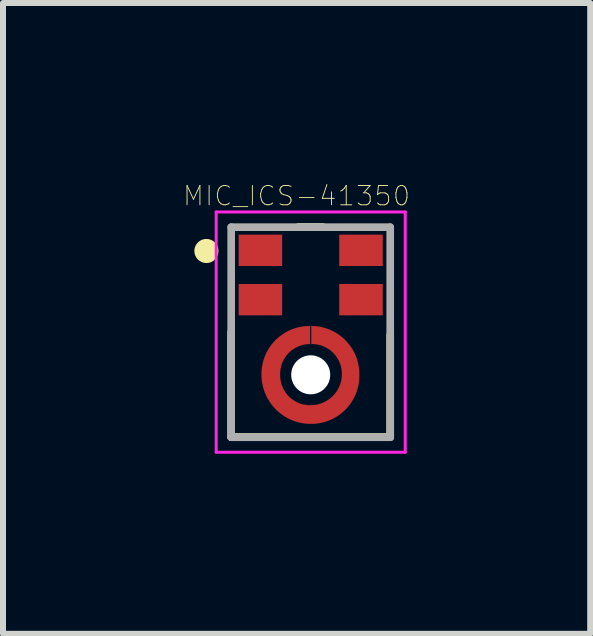
<source format=kicad_pcb>
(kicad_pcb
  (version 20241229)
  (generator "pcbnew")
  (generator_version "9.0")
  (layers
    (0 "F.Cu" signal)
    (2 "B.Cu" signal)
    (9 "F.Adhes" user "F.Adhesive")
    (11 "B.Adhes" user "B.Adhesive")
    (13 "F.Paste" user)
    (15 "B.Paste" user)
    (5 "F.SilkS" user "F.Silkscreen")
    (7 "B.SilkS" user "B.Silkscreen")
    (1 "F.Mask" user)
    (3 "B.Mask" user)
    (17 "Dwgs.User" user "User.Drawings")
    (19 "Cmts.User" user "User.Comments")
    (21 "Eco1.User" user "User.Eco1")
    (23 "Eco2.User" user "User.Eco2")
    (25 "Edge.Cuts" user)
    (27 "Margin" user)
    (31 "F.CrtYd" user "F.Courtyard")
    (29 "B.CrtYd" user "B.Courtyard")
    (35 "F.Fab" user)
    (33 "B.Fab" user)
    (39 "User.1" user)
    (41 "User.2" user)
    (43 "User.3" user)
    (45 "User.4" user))
  (footprint "MIC_ICS-41350"
    (layer "F.Cu")
    (at 2.127 2.482)
    (property "Reference" "MIC_ICS-41350" (at -0.236 -2.268 0) (layer "F.SilkS") (effects (font (size 0.322 0.322) (thickness 0.015))))
    (attr through_hole)
    (fp_poly (pts (xy -0.01 0.2) (xy -0.01 -0.1) (xy -0.02 -0.1) (xy -0.062 -0.099) (xy -0.104 -0.096) (xy -0.145 -0.09) (xy -0.186 -0.083) (xy -0.227 -0.073) (xy -0.267 -0.061) (xy -0.307 -0.047) (xy -0.345 -0.031) (xy -0.383 -0.013) (xy -0.42 0.007) (xy -0.456 0.029) (xy -0.49 0.053) (xy -0.523 0.078) (xy -0.555 0.105) (xy -0.586 0.134) (xy -0.615 0.165) (xy -0.642 0.197) (xy -0.667 0.23) (xy -0.691 0.264) (xy -0.713 0.3) (xy -0.733 0.337) (xy -0.751 0.375) (xy -0.767 0.413) (xy -0.781 0.453) (xy -0.793 0.493) (xy -0.803 0.534) (xy -0.81 0.575) (xy -0.816 0.616) (xy -0.819 0.658) (xy -0.82 0.7) (xy -0.82 0.71) (xy -0.819 0.753) (xy -0.816 0.796) (xy -0.81 0.838) (xy -0.802 0.88) (xy -0.792 0.922) (xy -0.78 0.963) (xy -0.766 1.004) (xy -0.749 1.044) (xy -0.731 1.082) (xy -0.71 1.12) (xy -0.688 1.157) (xy -0.663 1.192) (xy -0.637 1.226) (xy -0.609 1.259) (xy -0.58 1.29) (xy -0.549 1.319) (xy -0.516 1.347) (xy -0.482 1.373) (xy -0.447 1.398) (xy -0.41 1.42) (xy -0.372 1.441) (xy -0.334 1.459) (xy -0.294 1.476) (xy -0.253 1.49) (xy -0.212 1.502) (xy -0.17 1.512) (xy -0.128 1.52) (xy -0.086 1.526) (xy -0.043 1.529) (xy 0 1.53) (xy 0.01 1.53) (xy 0.052 1.529) (xy 0.094 1.526) (xy 0.135 1.52) (xy 0.176 1.513) (xy 0.217 1.503) (xy 0.257 1.491) (xy 0.297 1.477) (xy 0.335 1.461) (xy 0.373 1.443) (xy 0.41 1.423) (xy 0.446 1.401) (xy 0.48 1.377) (xy 0.513 1.352) (xy 0.545 1.325) (xy 0.576 1.296) (xy 0.605 1.265) (xy 0.632 1.233) (xy 0.657 1.2) (xy 0.681 1.166) (xy 0.703 1.13) (xy 0.723 1.093) (xy 0.741 1.055) (xy 0.757 1.017) (xy 0.771 0.977) (xy 0.783 0.937) (xy 0.793 0.896) (xy 0.8 0.855) (xy 0.806 0.814) (xy 0.809 0.772) (xy 0.81 0.73) (xy 0.81 0.7) (xy 0.809 0.658) (xy 0.806 0.616) (xy 0.8 0.575) (xy 0.793 0.534) (xy 0.783 0.493) (xy 0.771 0.453) (xy 0.757 0.413) (xy 0.741 0.375) (xy 0.723 0.337) (xy 0.703 0.3) (xy 0.681 0.264) (xy 0.657 0.23) (xy 0.632 0.197) (xy 0.605 0.165) (xy 0.576 0.134) (xy 0.545 0.105) (xy 0.513 0.078) (xy 0.48 0.053) (xy 0.446 0.029) (xy 0.41 0.007) (xy 0.373 -0.013) (xy 0.335 -0.031) (xy 0.297 -0.047) (xy 0.257 -0.061) (xy 0.217 -0.073) (xy 0.176 -0.083) (xy 0.135 -0.09) (xy 0.094 -0.096) (xy 0.052 -0.099) (xy 0.01 -0.1) (xy 0.01 0.2) (xy 0.02 0.2) (xy 0.046 0.201) (xy 0.072 0.203) (xy 0.098 0.206) (xy 0.124 0.211) (xy 0.149 0.217) (xy 0.175 0.224) (xy 0.199 0.233) (xy 0.223 0.243) (xy 0.247 0.254) (xy 0.27 0.267) (xy 0.292 0.281) (xy 0.314 0.295) (xy 0.335 0.311) (xy 0.355 0.328) (xy 0.374 0.346) (xy 0.392 0.365) (xy 0.409 0.385) (xy 0.425 0.406) (xy 0.439 0.428) (xy 0.453 0.45) (xy 0.466 0.473) (xy 0.477 0.497) (xy 0.487 0.521) (xy 0.496 0.545) (xy 0.503 0.571) (xy 0.509 0.596) (xy 0.514 0.622) (xy 0.517 0.648) (xy 0.519 0.674) (xy 0.52 0.7) (xy 0.519 0.727) (xy 0.517 0.754) (xy 0.514 0.781) (xy 0.509 0.808) (xy 0.502 0.835) (xy 0.495 0.861) (xy 0.485 0.886) (xy 0.475 0.912) (xy 0.463 0.936) (xy 0.45 0.96) (xy 0.436 0.983) (xy 0.421 1.006) (xy 0.404 1.027) (xy 0.386 1.048) (xy 0.368 1.068) (xy 0.348 1.086) (xy 0.327 1.104) (xy 0.306 1.121) (xy 0.283 1.136) (xy 0.26 1.15) (xy 0.236 1.163) (xy 0.212 1.175) (xy 0.186 1.185) (xy 0.161 1.195) (xy 0.135 1.202) (xy 0.108 1.209) (xy 0.081 1.214) (xy 0.054 1.217) (xy 0.027 1.219) (xy 0 1.22) (xy -0.01 1.22) (xy -0.036 1.219) (xy -0.062 1.217) (xy -0.088 1.214) (xy -0.114 1.209) (xy -0.139 1.203) (xy -0.165 1.196) (xy -0.189 1.187) (xy -0.213 1.177) (xy -0.237 1.166) (xy -0.26 1.153) (xy -0.282 1.139) (xy -0.304 1.125) (xy -0.325 1.109) (xy -0.345 1.092) (xy -0.364 1.074) (xy -0.382 1.055) (xy -0.399 1.035) (xy -0.415 1.014) (xy -0.429 0.992) (xy -0.443 0.97) (xy -0.456 0.947) (xy -0.467 0.923) (xy -0.477 0.899) (xy -0.486 0.875) (xy -0.493 0.849) (xy -0.499 0.824) (xy -0.504 0.798) (xy -0.507 0.772) (xy -0.509 0.746) (xy -0.51 0.72) (xy -0.51 0.7) (xy -0.509 0.674) (xy -0.507 0.648) (xy -0.504 0.622) (xy -0.499 0.596) (xy -0.493 0.571) (xy -0.486 0.545) (xy -0.477 0.521) (xy -0.467 0.497) (xy -0.456 0.473) (xy -0.443 0.45) (xy -0.429 0.428) (xy -0.415 0.406) (xy -0.399 0.385) (xy -0.382 0.365) (xy -0.364 0.346) (xy -0.345 0.328) (xy -0.325 0.311) (xy -0.304 0.295) (xy -0.282 0.281) (xy -0.26 0.267) (xy -0.237 0.254) (xy -0.213 0.243) (xy -0.189 0.233) (xy -0.165 0.224) (xy -0.139 0.217) (xy -0.114 0.211) (xy -0.088 0.206) (xy -0.062 0.203) (xy -0.036 0.201) (xy -0.01 0.2)) (stroke (width 0.001) (type solid)) (fill yes) (layer "F.Cu"))
    (fp_circle (center 0 0.713) (end 0.662 0.713) (stroke (width 0.5) (type solid)) (fill no) (layer "F.Mask"))
    (fp_line (start -1.325 1.75) (end -1.325 0) (stroke (width 0.127) (type solid)) (layer "F.SilkS"))
    (fp_line (start -1.325 1.75) (end 1.325 1.75) (stroke (width 0.127) (type solid)) (layer "F.SilkS"))
    (fp_line (start 0.2 -1.75) (end -0.2 -1.75) (stroke (width 0.127) (type solid)) (layer "F.SilkS"))
    (fp_line (start 1.325 1.75) (end 1.325 0.05) (stroke (width 0.127) (type solid)) (layer "F.SilkS"))
    (fp_circle (center -1.738 -1.35) (end -1.637 -1.35) (stroke (width 0.2) (type solid)) (fill no) (layer "F.SilkS"))
    (fp_poly (pts (xy -0.525 -1.572) (xy -0.525 -1.15) (xy -1.15 -1.15) (xy -1.15 -1.572)) (stroke (width 0.001) (type solid)) (fill yes) (layer "F.Paste"))
    (fp_poly (pts (xy -0.525 -0.75) (xy -0.525 -0.328) (xy -1.15 -0.328) (xy -1.15 -0.75)) (stroke (width 0.001) (type solid)) (fill yes) (layer "F.Paste"))
    (fp_poly (pts (xy 1.15 -1.572) (xy 1.15 -1.15) (xy 0.525 -1.15) (xy 0.525 -1.572)) (stroke (width 0.001) (type solid)) (fill yes) (layer "F.Paste"))
    (fp_poly (pts (xy 1.15 -0.75) (xy 1.15 -0.328) (xy 0.525 -0.328) (xy 0.525 -0.75)) (stroke (width 0.001) (type solid)) (fill yes) (layer "F.Paste"))
    (fp_poly (pts (xy -0.56 0.663) (xy -0.557 0.639) (xy -0.553 0.614) (xy -0.548 0.588) (xy -0.541 0.562) (xy -0.534 0.537) (xy -0.525 0.513) (xy -0.515 0.488) (xy -0.504 0.465) (xy -0.492 0.441) (xy -0.478 0.419) (xy -0.464 0.397) (xy -0.449 0.375) (xy -0.432 0.355) (xy -0.415 0.335) (xy -0.397 0.316) (xy -0.378 0.298) (xy -0.358 0.281) (xy -0.338 0.264) (xy -0.316 0.249) (xy -0.294 0.235) (xy -0.272 0.221) (xy -0.248 0.209) (xy -0.225 0.198) (xy -0.2 0.188) (xy -0.176 0.179) (xy -0.151 0.172) (xy -0.125 0.165) (xy -0.099 0.16) (xy -0.073 0.156) (xy -0.05 0.153) (xy -0.05 -0.097) (xy -0.089 -0.094) (xy -0.127 -0.089) (xy -0.166 -0.082) (xy -0.204 -0.074) (xy -0.242 -0.063) (xy -0.28 -0.051) (xy -0.316 -0.036) (xy -0.352 -0.02) (xy -0.387 -0.003) (xy -0.421 0.017) (xy -0.454 0.038) (xy -0.487 0.06) (xy -0.518 0.085) (xy -0.547 0.11) (xy -0.576 0.137) (xy -0.603 0.166) (xy -0.628 0.195) (xy -0.653 0.226) (xy -0.675 0.259) (xy -0.696 0.292) (xy -0.716 0.326) (xy -0.733 0.361) (xy -0.749 0.397) (xy -0.764 0.433) (xy -0.776 0.471) (xy -0.787 0.509) (xy -0.795 0.547) (xy -0.802 0.586) (xy -0.807 0.624) (xy -0.81 0.663) (xy -0.56 0.663)) (stroke (width 0.001) (type solid)) (fill yes) (layer "F.Paste"))
    (fp_poly (pts (xy -0.05 1.273) (xy -0.073 1.27) (xy -0.099 1.266) (xy -0.125 1.261) (xy -0.151 1.254) (xy -0.176 1.247) (xy -0.2 1.238) (xy -0.225 1.228) (xy -0.248 1.217) (xy -0.272 1.205) (xy -0.294 1.191) (xy -0.316 1.177) (xy -0.338 1.162) (xy -0.358 1.145) (xy -0.378 1.128) (xy -0.397 1.11) (xy -0.415 1.091) (xy -0.432 1.071) (xy -0.449 1.051) (xy -0.464 1.029) (xy -0.478 1.007) (xy -0.492 0.985) (xy -0.504 0.961) (xy -0.515 0.938) (xy -0.525 0.913) (xy -0.534 0.889) (xy -0.541 0.864) (xy -0.548 0.838) (xy -0.553 0.812) (xy -0.557 0.786) (xy -0.56 0.763) (xy -0.81 0.763) (xy -0.807 0.802) (xy -0.802 0.84) (xy -0.795 0.879) (xy -0.787 0.917) (xy -0.776 0.955) (xy -0.764 0.993) (xy -0.749 1.029) (xy -0.733 1.065) (xy -0.716 1.1) (xy -0.696 1.134) (xy -0.675 1.167) (xy -0.653 1.2) (xy -0.628 1.231) (xy -0.603 1.26) (xy -0.576 1.289) (xy -0.547 1.316) (xy -0.518 1.341) (xy -0.487 1.366) (xy -0.454 1.388) (xy -0.421 1.409) (xy -0.387 1.429) (xy -0.352 1.446) (xy -0.316 1.462) (xy -0.28 1.477) (xy -0.242 1.489) (xy -0.204 1.5) (xy -0.166 1.508) (xy -0.127 1.515) (xy -0.089 1.52) (xy -0.05 1.523) (xy -0.05 1.273)) (stroke (width 0.001) (type solid)) (fill yes) (layer "F.Paste"))
    (fp_poly (pts (xy 0.05 0.153) (xy 0.073 0.156) (xy 0.099 0.16) (xy 0.125 0.165) (xy 0.151 0.172) (xy 0.176 0.179) (xy 0.2 0.188) (xy 0.225 0.198) (xy 0.248 0.209) (xy 0.272 0.221) (xy 0.294 0.235) (xy 0.316 0.249) (xy 0.338 0.264) (xy 0.358 0.281) (xy 0.378 0.298) (xy 0.397 0.316) (xy 0.415 0.335) (xy 0.432 0.355) (xy 0.449 0.375) (xy 0.464 0.397) (xy 0.478 0.419) (xy 0.492 0.441) (xy 0.504 0.465) (xy 0.515 0.488) (xy 0.525 0.513) (xy 0.534 0.537) (xy 0.541 0.562) (xy 0.548 0.588) (xy 0.553 0.614) (xy 0.557 0.639) (xy 0.56 0.663) (xy 0.81 0.663) (xy 0.807 0.624) (xy 0.802 0.586) (xy 0.795 0.547) (xy 0.787 0.509) (xy 0.776 0.471) (xy 0.764 0.433) (xy 0.749 0.397) (xy 0.733 0.361) (xy 0.716 0.326) (xy 0.696 0.292) (xy 0.675 0.259) (xy 0.653 0.226) (xy 0.628 0.195) (xy 0.603 0.166) (xy 0.576 0.137) (xy 0.547 0.11) (xy 0.518 0.085) (xy 0.487 0.06) (xy 0.454 0.038) (xy 0.421 0.017) (xy 0.387 -0.003) (xy 0.352 -0.02) (xy 0.316 -0.036) (xy 0.28 -0.051) (xy 0.242 -0.063) (xy 0.204 -0.074) (xy 0.166 -0.082) (xy 0.127 -0.089) (xy 0.089 -0.094) (xy 0.05 -0.097) (xy 0.05 0.153)) (stroke (width 0.001) (type solid)) (fill yes) (layer "F.Paste"))
    (fp_poly (pts (xy 0.56 0.763) (xy 0.557 0.786) (xy 0.553 0.812) (xy 0.548 0.838) (xy 0.541 0.864) (xy 0.534 0.889) (xy 0.525 0.913) (xy 0.515 0.938) (xy 0.504 0.961) (xy 0.492 0.985) (xy 0.478 1.007) (xy 0.464 1.029) (xy 0.449 1.051) (xy 0.432 1.071) (xy 0.415 1.091) (xy 0.397 1.11) (xy 0.378 1.128) (xy 0.358 1.145) (xy 0.338 1.162) (xy 0.316 1.177) (xy 0.294 1.191) (xy 0.272 1.205) (xy 0.248 1.217) (xy 0.225 1.228) (xy 0.2 1.238) (xy 0.176 1.247) (xy 0.151 1.254) (xy 0.125 1.261) (xy 0.099 1.266) (xy 0.073 1.27) (xy 0.05 1.273) (xy 0.05 1.523) (xy 0.089 1.52) (xy 0.127 1.515) (xy 0.166 1.508) (xy 0.204 1.5) (xy 0.242 1.489) (xy 0.28 1.477) (xy 0.316 1.462) (xy 0.352 1.446) (xy 0.387 1.429) (xy 0.421 1.409) (xy 0.454 1.388) (xy 0.487 1.366) (xy 0.518 1.341) (xy 0.547 1.316) (xy 0.576 1.289) (xy 0.603 1.26) (xy 0.628 1.231) (xy 0.653 1.2) (xy 0.675 1.167) (xy 0.696 1.134) (xy 0.716 1.1) (xy 0.733 1.065) (xy 0.749 1.029) (xy 0.764 0.993) (xy 0.776 0.955) (xy 0.787 0.917) (xy 0.795 0.879) (xy 0.802 0.84) (xy 0.807 0.802) (xy 0.81 0.763) (xy 0.56 0.763)) (stroke (width 0.001) (type solid)) (fill yes) (layer "F.Paste"))
    (fp_line (start -1.575 -2) (end 1.575 -2) (stroke (width 0.05) (type solid)) (layer "F.CrtYd"))
    (fp_line (start -1.575 2.003) (end -1.575 -2) (stroke (width 0.05) (type solid)) (layer "F.CrtYd"))
    (fp_line (start 1.575 -2) (end 1.575 2.003) (stroke (width 0.05) (type solid)) (layer "F.CrtYd"))
    (fp_line (start 1.575 2.003) (end -1.575 2.003) (stroke (width 0.05) (type solid)) (layer "F.CrtYd"))
    (fp_line (start -1.325 -1.747) (end 1.325 -1.747) (stroke (width 0.127) (type solid)) (layer "F.Fab"))
    (fp_line (start -1.325 1.753) (end -1.325 -1.747) (stroke (width 0.127) (type solid)) (layer "F.Fab"))
    (fp_line (start 1.325 -1.747) (end 1.325 1.753) (stroke (width 0.127) (type solid)) (layer "F.Fab"))
    (fp_line (start 1.325 1.753) (end -1.325 1.753) (stroke (width 0.127) (type solid)) (layer "F.Fab"))
    (pad "" np_thru_hole circle (at 0 0.713) (size 0.65 0.65) (drill 0.65) (layers "*.Cu" "*.Mask"))
    (pad "1" smd rect (at -0.838 -1.361) (size 0.725 0.522) (layers "F.Cu" "F.Mask"))
    (pad "2" smd rect (at -0.838 -0.539) (size 0.725 0.522) (layers "F.Cu" "F.Mask"))
    (pad "3" smd rect (at -0.015 1.383) (size 0.2 0.2) (layers "F.Cu"))
    (pad "4" smd rect (at 0.838 -0.539) (size 0.725 0.522) (layers "F.Cu" "F.Mask"))
    (pad "5" smd rect (at 0.838 -1.361) (size 0.725 0.522) (layers "F.Cu" "F.Mask")))
  (gr_rect
    (start -3 -3)
    (end 6.784 7.51)
    (stroke (width 0.1) (type default))
    (fill no)
    (layer "Edge.Cuts")))
</source>
